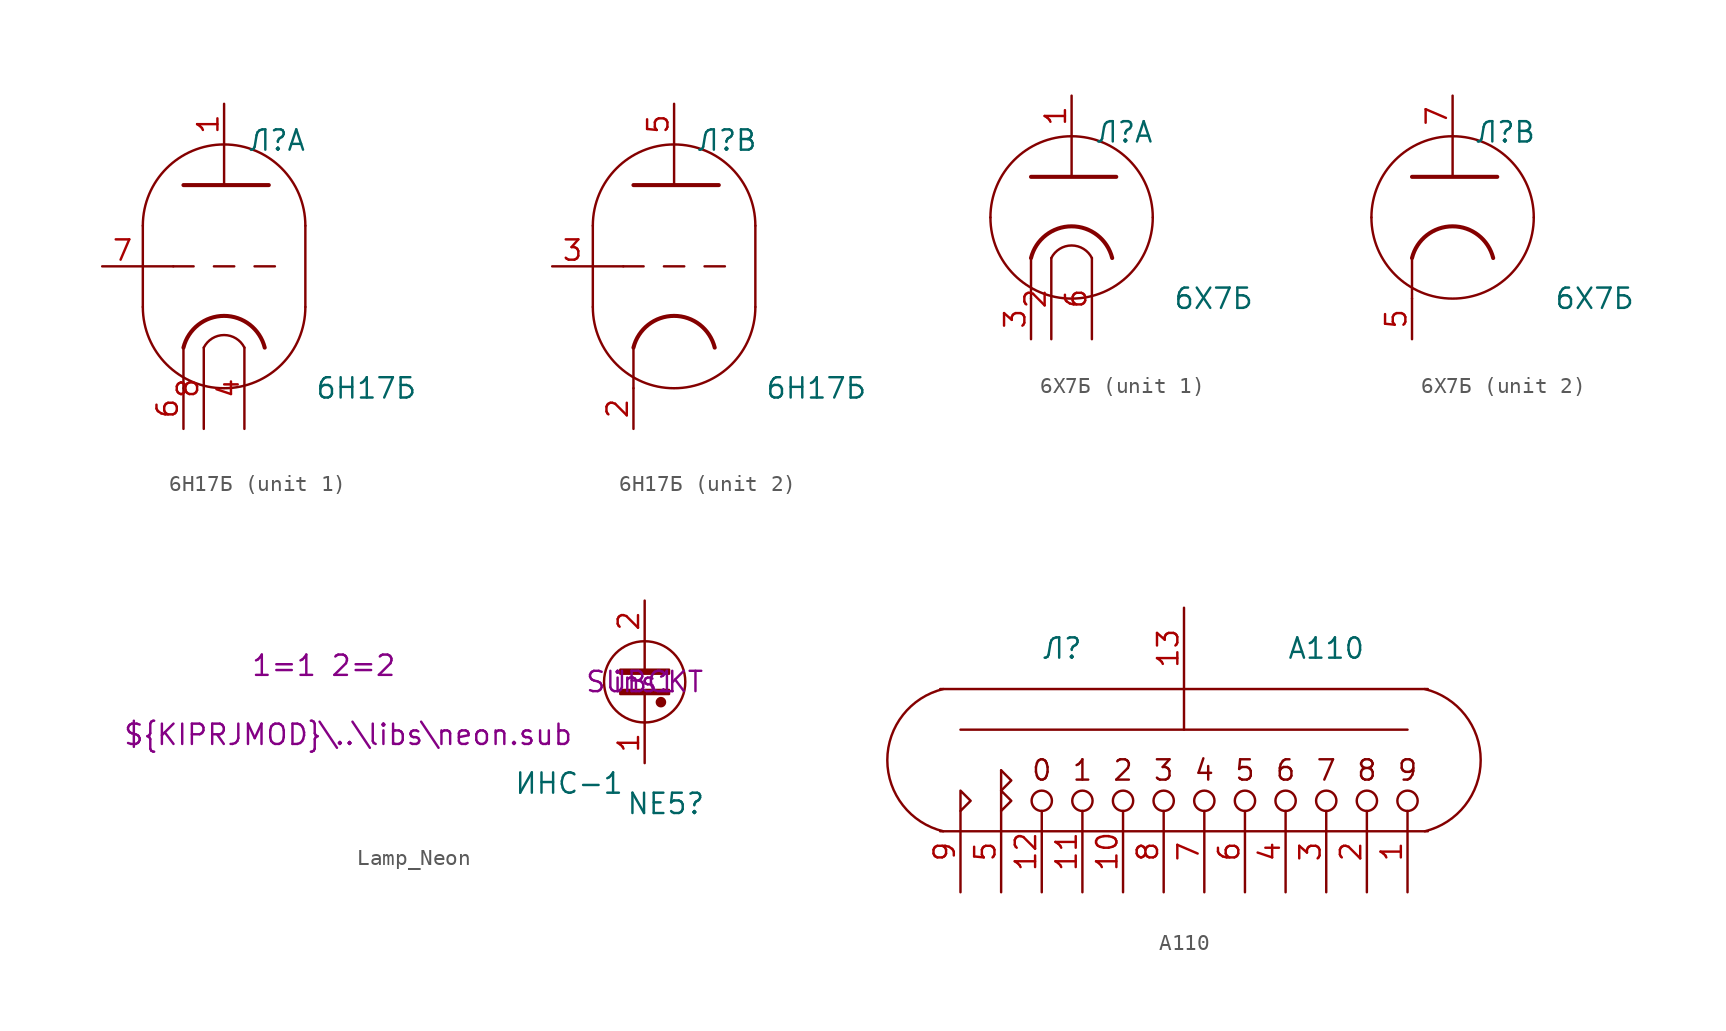
<source format=kicad_sym>
(kicad_symbol_lib
  (version 20231120)
  (generator "kicad_symbol_editor")
  (generator_version "8.0")
  (symbol "6Н17Б"
    (pin_names
      (offset 0) hide)
    (property "Reference" "Л"
      (at 3.302 7.874 0)
      (effects (font (size 1.27 1.27))))
    (property "Value" "6Н17Б"
      (at 8.89 -7.62 0)
      (effects (font (size 1.27 1.27))))
    (property "ki_locked" ""
      (at 0 0 0)
      (effects (font (size 1.27 1.27))))
    (symbol "6Н17Б_0_1"
      (arc (start -5.08 -2.54) (mid 0 -7.5978) (end 5.08 -2.54) (stroke (width 0) (type default)) (fill (type none)))
      (polyline (pts (xy 5.08 2.54) (xy 5.08 -2.54)) (stroke (width 0) (type default)) (fill (type none)))
      (polyline (pts (xy -5.08 2.54) (xy -5.08 -2.54) (xy -5.08 -2.54)) (stroke (width 0) (type default)) (fill (type none)))
      (arc (start 5.08 2.54) (mid 0 7.5978) (end -5.08 2.54) (stroke (width 0) (type default)) (fill (type none))))
    (symbol "6Н17Б_1_0"
      (polyline (pts (xy -2.54 -5.08) (xy -2.54 -7.62)) (stroke (width 0) (type default)) (fill (type none)))
      (polyline (pts (xy 0 5.08) (xy 0 7.62)) (stroke (width 0) (type default)) (fill (type none))))
    (symbol "6Н17Б_1_1"
      (polyline (pts (xy -5.08 0) (xy -3.175 0)) (stroke (width 0) (type default)) (fill (type none)))
      (polyline (pts (xy -1.905 0) (xy -3.175 0)) (stroke (width 0.152) (type default)) (fill (type none)))
      (polyline (pts (xy -0.635 0) (xy 0.635 0)) (stroke (width 0.152) (type default)) (fill (type none)))
      (polyline (pts (xy 1.905 0) (xy 3.175 0)) (stroke (width 0.152) (type default)) (fill (type none)))
      (polyline (pts (xy -2.54 5.08) (xy 2.794 5.08) (xy 2.794 5.08)) (stroke (width 0.254) (type default)) (fill (type none)))
      (arc (start 1.27 -5.08) (mid 0 -4.2951) (end -1.27 -5.08) (stroke (width 0) (type default)) (fill (type none)))
      (arc (start 2.54 -5.08) (mid 0 -3.0968) (end -2.54 -5.08) (stroke (width 0.254) (type default)) (fill (type none)))
      (pin output line (at 0 10.16 270) (length 2.54) (name "A" (effects (font (size 1.27 1.27)))) (number "1" (effects (font (size 1.27 1.27)))))
      (pin power_in line (at 1.27 -10.16 90) (length 5.08) (name "F1" (effects (font (size 1.27 1.27)))) (number "4" (effects (font (size 1.27 1.27)))))
      (pin bidirectional line (at -2.54 -10.16 90) (length 2.54) (name "K" (effects (font (size 1.27 1.27)))) (number "6" (effects (font (size 1.27 1.27)))))
      (pin input line (at -7.62 0 0) (length 2.54) (name "G" (effects (font (size 1.27 1.27)))) (number "7" (effects (font (size 1.27 1.27)))))
      (pin power_in line (at -1.27 -10.16 90) (length 5.08) (name "F1" (effects (font (size 1.27 1.27)))) (number "8" (effects (font (size 1.27 1.27))))))
    (symbol "6Н17Б_2_0"
      (polyline (pts (xy -2.54 -5.08) (xy -2.54 -7.62)) (stroke (width 0) (type default)) (fill (type none)))
      (polyline (pts (xy 0 5.08) (xy 0 7.62)) (stroke (width 0) (type default)) (fill (type none))))
    (symbol "6Н17Б_2_1"
      (polyline (pts (xy -5.08 0) (xy -3.175 0)) (stroke (width 0) (type default)) (fill (type none)))
      (polyline (pts (xy -1.905 0) (xy -3.175 0)) (stroke (width 0.152) (type default)) (fill (type none)))
      (polyline (pts (xy -0.635 0) (xy 0.635 0)) (stroke (width 0.152) (type default)) (fill (type none)))
      (polyline (pts (xy 1.905 0) (xy 3.175 0)) (stroke (width 0.152) (type default)) (fill (type none)))
      (polyline (pts (xy -2.54 5.08) (xy 2.794 5.08) (xy 2.794 5.08)) (stroke (width 0.254) (type default)) (fill (type none)))
      (arc (start 2.54 -5.08) (mid 0 -3.0968) (end -2.54 -5.08) (stroke (width 0.254) (type default)) (fill (type none)))
      (pin bidirectional line (at -2.54 -10.16 90) (length 2.54) (name "K" (effects (font (size 1.27 1.27)))) (number "2" (effects (font (size 1.27 1.27)))))
      (pin input line (at -7.62 0 0) (length 2.54) (name "G" (effects (font (size 1.27 1.27)))) (number "3" (effects (font (size 1.27 1.27)))))
      (pin output line (at 0 10.16 270) (length 2.54) (name "A" (effects (font (size 1.27 1.27)))) (number "5" (effects (font (size 1.27 1.27)))))))
  (symbol "6Х7Б"
    (pin_names
      (offset 0) hide)
    (property "Reference" "Л"
      (at 3.302 2.794 0)
      (effects (font (size 1.27 1.27))))
    (property "Value" "6Х7Б"
      (at 8.89 -7.62 0)
      (effects (font (size 1.27 1.27))))
    (property "ki_locked" ""
      (at 0 0 0)
      (effects (font (size 1.27 1.27))))
    (symbol "6Х7Б_0_1"
      (arc (start -5.08 -2.54) (mid 0 -7.5978) (end 5.08 -2.54) (stroke (width 0) (type default)) (fill (type none)))
      (arc (start 5.08 -2.54) (mid 0 2.5179) (end -5.08 -2.54) (stroke (width 0) (type default)) (fill (type none))))
    (symbol "6Х7Б_1_0"
      (polyline (pts (xy -2.54 -5.08) (xy -2.54 -7.62)) (stroke (width 0) (type default)) (fill (type none)))
      (polyline (pts (xy 0 0) (xy 0 2.54)) (stroke (width 0) (type default)) (fill (type none))))
    (symbol "6Х7Б_1_1"
      (polyline (pts (xy -2.54 0) (xy 2.794 0) (xy 2.794 0)) (stroke (width 0.254) (type default)) (fill (type none)))
      (arc (start 1.27 -5.08) (mid 0 -4.2951) (end -1.27 -5.08) (stroke (width 0) (type default)) (fill (type none)))
      (arc (start 2.54 -5.08) (mid 0 -3.0968) (end -2.54 -5.08) (stroke (width 0.254) (type default)) (fill (type none)))
      (pin output line (at 0 5.08 270) (length 2.54) (name "A" (effects (font (size 1.27 1.27)))) (number "1" (effects (font (size 1.27 1.27)))))
      (pin power_in line (at -1.27 -10.16 90) (length 5.08) (name "F1" (effects (font (size 1.27 1.27)))) (number "2" (effects (font (size 1.27 1.27)))))
      (pin bidirectional line (at -2.54 -10.16 90) (length 2.54) (name "K" (effects (font (size 1.27 1.27)))) (number "3" (effects (font (size 1.27 1.27)))))
      (pin power_in line (at 1.27 -10.16 90) (length 5.08) (name "F1" (effects (font (size 1.27 1.27)))) (number "6" (effects (font (size 1.27 1.27))))))
    (symbol "6Х7Б_2_0"
      (polyline (pts (xy -2.54 -5.08) (xy -2.54 -7.62)) (stroke (width 0) (type default)) (fill (type none)))
      (polyline (pts (xy 0 0) (xy 0 2.54)) (stroke (width 0) (type default)) (fill (type none))))
    (symbol "6Х7Б_2_1"
      (polyline (pts (xy -2.54 0) (xy 2.794 0) (xy 2.794 0)) (stroke (width 0.254) (type default)) (fill (type none)))
      (arc (start 2.54 -5.08) (mid 0 -3.0968) (end -2.54 -5.08) (stroke (width 0.254) (type default)) (fill (type none)))
      (pin bidirectional line (at -2.54 -10.16 90) (length 2.54) (name "K" (effects (font (size 1.27 1.27)))) (number "5" (effects (font (size 1.27 1.27)))))
      (pin output line (at 0 5.08 270) (length 2.54) (name "A" (effects (font (size 1.27 1.27)))) (number "7" (effects (font (size 1.27 1.27)))))))
  (symbol "Lamp_Neon"
    (pin_names
      (offset 0.025) hide)
    (property "Reference" "NE5"
      (at 3.81 -7.62 0)
      (effects (font (size 1.27 1.27)) (justify right)))
    (property "Value" "ИНС-1"
      (at -1.27 -6.35 0)
      (effects (font (size 1.27 1.27)) (justify right)))
    (property "Sim.Library" "${KIPRJMOD}\\..\\libs\\neon.sub"
      (at -18.542 -3.302 0)
      (effects (font (size 1.27 1.27))))
    (property "Sim.Name" "ins1"
      (at 0 0 0)
      (effects (font (size 1.27 1.27))))
    (property "Sim.Device" "SUBCKT"
      (at 0 0 0)
      (effects (font (size 1.27 1.27))))
    (property "Sim.Pins" "1=1 2=2"
      (at -20.066 1.016 0)
      (effects (font (size 1.27 1.27))))
    (symbol "Lamp_Neon_0_1"
      (rectangle (start -1.524 -0.508) (end 1.524 -0.762) (stroke (width 0) (type default)) (fill (type outline)))
      (rectangle (start -1.524 0.762) (end 1.524 0.508) (stroke (width 0) (type default)) (fill (type outline)))
      (polyline (pts (xy 0 -2.54) (xy 0 -0.762)) (stroke (width 0) (type default)) (fill (type none)))
      (polyline (pts (xy 0 0.762) (xy 0 2.54)) (stroke (width 0) (type default)) (fill (type none)))
      (circle (center 0 0) (radius 2.54) (stroke (width 0) (type default)) (fill (type none)))
      (circle (center 1.016 -1.27) (radius 0.254) (stroke (width 0) (type default)) (fill (type outline))))
    (symbol "Lamp_Neon_1_1"
      (pin passive line (at 0 -5.08 90) (length 2.54) (name "~" (effects (font (size 1.27 1.27)))) (number "1" (effects (font (size 1.27 1.27)))))
      (pin passive line (at 0 5.08 270) (length 2.54) (name "~" (effects (font (size 1.27 1.27)))) (number "2" (effects (font (size 1.27 1.27)))))))
  (symbol "А110"
    (pin_names
      (offset 0) hide)
    (property "Reference" "Л"
      (at -7.62 -10.16 0)
      (effects (font (size 1.27 1.27))))
    (property "Value" "А110"
      (at 8.89 -10.16 0)
      (effects (font (size 1.27 1.27))))
    (symbol "А110_0_0"
      (arc (start -15.0482 -12.7) (mid -18.5438 -17.145) (end -15.0482 -21.59) (stroke (width 0) (type default)) (fill (type none)))
      (polyline (pts (xy -15.24 -21.59) (xy 15.24 -21.59)) (stroke (width 0) (type default)) (fill (type none)))
      (polyline (pts (xy -15.24 -12.7) (xy 15.24 -12.7)) (stroke (width 0) (type default)) (fill (type none)))
      (polyline (pts (xy -11.43 -17.78) (xy -11.43 -19.05)) (stroke (width 0) (type default)) (fill (type none)))
      (polyline (pts (xy 13.97 -15.24) (xy -13.97 -15.24)) (stroke (width 0) (type default)) (fill (type none)))
      (polyline (pts (xy -11.43 -17.78) (xy -10.795 -18.415) (xy -11.43 -19.05)) (stroke (width 0) (type default)) (fill (type none)))
      (polyline (pts (xy -13.97 -19.05) (xy -13.97 -20.32) (xy -13.335 -19.685) (xy -13.97 -19.05)) (stroke (width 0) (type default)) (fill (type none)))
      (polyline (pts (xy -11.43 -19.05) (xy -11.43 -20.32) (xy -10.795 -19.685) (xy -11.43 -19.05)) (stroke (width 0) (type default)) (fill (type none)))
      (arc (start 15.0482 -21.59) (mid 18.5438 -17.145) (end 15.0482 -12.7) (stroke (width 0) (type default)) (fill (type none)))
      (text "0" (at -8.89 -17.78 0) (effects (font (size 1.27 1.27))))
      (text "1" (at -6.35 -17.78 0) (effects (font (size 1.27 1.27))))
      (text "2" (at -3.81 -17.78 0) (effects (font (size 1.27 1.27))))
      (text "3" (at -1.27 -17.78 0) (effects (font (size 1.27 1.27))))
      (text "4" (at 1.27 -17.78 0) (effects (font (size 1.27 1.27))))
      (text "5" (at 3.81 -17.78 0) (effects (font (size 1.27 1.27))))
      (text "6" (at 6.35 -17.78 0) (effects (font (size 1.27 1.27))))
      (text "7" (at 8.89 -17.78 0) (effects (font (size 1.27 1.27))))
      (text "8" (at 11.43 -17.78 0) (effects (font (size 1.27 1.27))))
      (text "9" (at 13.97 -17.78 0) (effects (font (size 1.27 1.27)))))
    (symbol "А110_0_1"
      (circle (center -8.89 -19.685) (radius 0.635) (stroke (width 0) (type default)) (fill (type none)))
      (circle (center -6.35 -19.685) (radius 0.635) (stroke (width 0) (type default)) (fill (type none)))
      (circle (center -3.81 -19.685) (radius 0.635) (stroke (width 0) (type default)) (fill (type none)))
      (circle (center -1.27 -19.685) (radius 0.635) (stroke (width 0) (type default)) (fill (type none)))
      (polyline (pts (xy 0 -12.7) (xy 0 -15.24)) (stroke (width 0) (type default)) (fill (type none)))
      (circle (center 1.27 -19.685) (radius 0.635) (stroke (width 0) (type default)) (fill (type none)))
      (circle (center 3.81 -19.685) (radius 0.635) (stroke (width 0) (type default)) (fill (type none)))
      (circle (center 6.35 -19.685) (radius 0.635) (stroke (width 0) (type default)) (fill (type none)))
      (circle (center 8.89 -19.685) (radius 0.635) (stroke (width 0) (type default)) (fill (type none)))
      (circle (center 11.43 -19.685) (radius 0.635) (stroke (width 0) (type default)) (fill (type none)))
      (circle (center 13.97 -19.685) (radius 0.635) (stroke (width 0) (type default)) (fill (type none))))
    (symbol "А110_1_1"
      (pin bidirectional line (at 13.97 -25.4 90) (length 5.08) (name "9" (effects (font (size 1.27 1.27)))) (number "1" (effects (font (size 1.27 1.27)))))
      (pin bidirectional line (at -3.81 -25.4 90) (length 5.08) (name "2" (effects (font (size 1.27 1.27)))) (number "10" (effects (font (size 1.27 1.27)))))
      (pin bidirectional line (at -6.35 -25.4 90) (length 5.08) (name "1" (effects (font (size 1.27 1.27)))) (number "11" (effects (font (size 1.27 1.27)))))
      (pin bidirectional line (at -8.89 -25.4 90) (length 5.08) (name "0" (effects (font (size 1.27 1.27)))) (number "12" (effects (font (size 1.27 1.27)))))
      (pin input line (at 0 -7.62 270) (length 5.08) (name "Анод" (effects (font (size 1.27 1.27)))) (number "13" (effects (font (size 1.27 1.27)))))
      (pin bidirectional line (at 11.43 -25.4 90) (length 5.08) (name "8" (effects (font (size 1.27 1.27)))) (number "2" (effects (font (size 1.27 1.27)))))
      (pin bidirectional line (at 8.89 -25.4 90) (length 5.08) (name "7" (effects (font (size 1.27 1.27)))) (number "3" (effects (font (size 1.27 1.27)))))
      (pin bidirectional line (at 6.35 -25.4 90) (length 5.08) (name "6" (effects (font (size 1.27 1.27)))) (number "4" (effects (font (size 1.27 1.27)))))
      (pin bidirectional line (at -11.43 -25.4 90) (length 5.08) (name "п2" (effects (font (size 1.27 1.27)))) (number "5" (effects (font (size 1.27 1.27)))))
      (pin bidirectional line (at 3.81 -25.4 90) (length 5.08) (name "5" (effects (font (size 1.27 1.27)))) (number "6" (effects (font (size 1.27 1.27)))))
      (pin bidirectional line (at 1.27 -25.4 90) (length 5.08) (name "4" (effects (font (size 1.27 1.27)))) (number "7" (effects (font (size 1.27 1.27)))))
      (pin bidirectional line (at -1.27 -25.4 90) (length 5.08) (name "3" (effects (font (size 1.27 1.27)))) (number "8" (effects (font (size 1.27 1.27)))))
      (pin bidirectional line (at -13.97 -25.4 90) (length 5.08) (name "п1" (effects (font (size 1.27 1.27)))) (number "9" (effects (font (size 1.27 1.27))))))))
</source>
